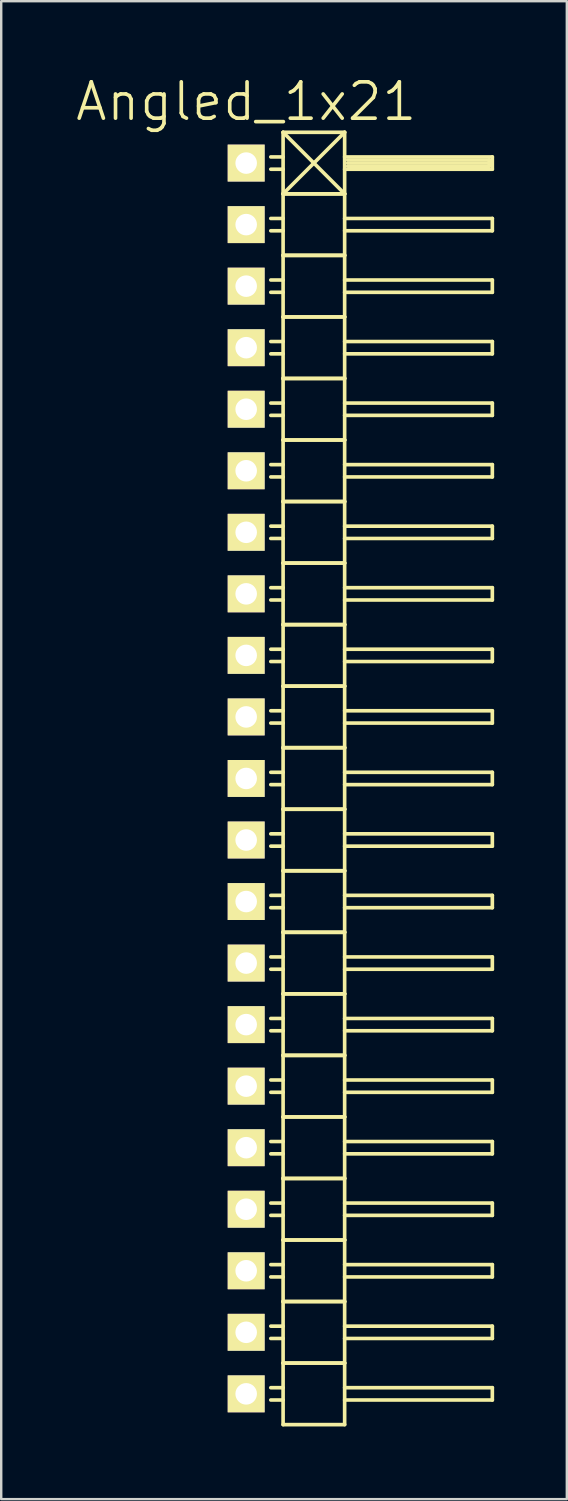
<source format=kicad_pcb>
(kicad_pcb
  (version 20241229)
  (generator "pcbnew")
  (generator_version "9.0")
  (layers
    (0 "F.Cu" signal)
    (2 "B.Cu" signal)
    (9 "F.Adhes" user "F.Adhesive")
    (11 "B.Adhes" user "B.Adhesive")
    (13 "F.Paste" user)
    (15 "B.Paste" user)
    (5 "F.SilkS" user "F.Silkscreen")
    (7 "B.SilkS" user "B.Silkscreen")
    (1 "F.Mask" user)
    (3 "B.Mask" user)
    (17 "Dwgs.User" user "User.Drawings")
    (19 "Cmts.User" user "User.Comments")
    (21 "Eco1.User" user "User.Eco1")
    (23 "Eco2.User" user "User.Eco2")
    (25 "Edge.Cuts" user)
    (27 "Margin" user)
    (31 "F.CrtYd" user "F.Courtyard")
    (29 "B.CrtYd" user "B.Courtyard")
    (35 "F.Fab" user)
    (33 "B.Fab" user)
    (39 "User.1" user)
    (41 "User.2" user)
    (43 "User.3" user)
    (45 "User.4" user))
  (footprint "Angled_1x21"
    (layer "F.Cu")
    (at 7.111 29.081)
    (property "Reference" "Angled_1x21" (at 0 -27.94 0) (layer "F.SilkS") (effects (font (size 1.5 1.5) (thickness 0.15))))
    (attr through_hole)
    (fp_line (start 1.524 -26.67) (end 1.524 -24.13) (stroke (width 0.15) (type solid)) (layer "F.SilkS"))
    (fp_line (start 1.524 -26.67) (end 4.064 -26.67) (stroke (width 0.15) (type solid)) (layer "F.SilkS"))
    (fp_line (start 1.524 -25.654) (end 1.016 -25.654) (stroke (width 0.15) (type solid)) (layer "F.SilkS"))
    (fp_line (start 1.524 -25.146) (end 1.016 -25.146) (stroke (width 0.15) (type solid)) (layer "F.SilkS"))
    (fp_line (start 1.524 -24.13) (end 1.524 -21.59) (stroke (width 0.15) (type solid)) (layer "F.SilkS"))
    (fp_line (start 1.524 -24.13) (end 4.064 -24.13) (stroke (width 0.15) (type solid)) (layer "F.SilkS"))
    (fp_line (start 1.524 -24.13) (end 4.064 -24.13) (stroke (width 0.15) (type solid)) (layer "F.SilkS"))
    (fp_line (start 1.524 -23.114) (end 1.016 -23.114) (stroke (width 0.15) (type solid)) (layer "F.SilkS"))
    (fp_line (start 1.524 -22.606) (end 1.016 -22.606) (stroke (width 0.15) (type solid)) (layer "F.SilkS"))
    (fp_line (start 1.524 -21.59) (end 1.524 -19.05) (stroke (width 0.15) (type solid)) (layer "F.SilkS"))
    (fp_line (start 1.524 -21.59) (end 4.064 -21.59) (stroke (width 0.15) (type solid)) (layer "F.SilkS"))
    (fp_line (start 1.524 -21.59) (end 4.064 -21.59) (stroke (width 0.15) (type solid)) (layer "F.SilkS"))
    (fp_line (start 1.524 -20.574) (end 1.016 -20.574) (stroke (width 0.15) (type solid)) (layer "F.SilkS"))
    (fp_line (start 1.524 -20.066) (end 1.016 -20.066) (stroke (width 0.15) (type solid)) (layer "F.SilkS"))
    (fp_line (start 1.524 -19.05) (end 1.524 -16.51) (stroke (width 0.15) (type solid)) (layer "F.SilkS"))
    (fp_line (start 1.524 -19.05) (end 4.064 -19.05) (stroke (width 0.15) (type solid)) (layer "F.SilkS"))
    (fp_line (start 1.524 -19.05) (end 4.064 -19.05) (stroke (width 0.15) (type solid)) (layer "F.SilkS"))
    (fp_line (start 1.524 -18.034) (end 1.016 -18.034) (stroke (width 0.15) (type solid)) (layer "F.SilkS"))
    (fp_line (start 1.524 -17.526) (end 1.016 -17.526) (stroke (width 0.15) (type solid)) (layer "F.SilkS"))
    (fp_line (start 1.524 -16.51) (end 1.524 -13.97) (stroke (width 0.15) (type solid)) (layer "F.SilkS"))
    (fp_line (start 1.524 -16.51) (end 4.064 -16.51) (stroke (width 0.15) (type solid)) (layer "F.SilkS"))
    (fp_line (start 1.524 -16.51) (end 4.064 -16.51) (stroke (width 0.15) (type solid)) (layer "F.SilkS"))
    (fp_line (start 1.524 -15.494) (end 1.016 -15.494) (stroke (width 0.15) (type solid)) (layer "F.SilkS"))
    (fp_line (start 1.524 -14.986) (end 1.016 -14.986) (stroke (width 0.15) (type solid)) (layer "F.SilkS"))
    (fp_line (start 1.524 -13.97) (end 1.524 -11.43) (stroke (width 0.15) (type solid)) (layer "F.SilkS"))
    (fp_line (start 1.524 -13.97) (end 4.064 -13.97) (stroke (width 0.15) (type solid)) (layer "F.SilkS"))
    (fp_line (start 1.524 -13.97) (end 4.064 -13.97) (stroke (width 0.15) (type solid)) (layer "F.SilkS"))
    (fp_line (start 1.524 -12.954) (end 1.016 -12.954) (stroke (width 0.15) (type solid)) (layer "F.SilkS"))
    (fp_line (start 1.524 -12.446) (end 1.016 -12.446) (stroke (width 0.15) (type solid)) (layer "F.SilkS"))
    (fp_line (start 1.524 -11.43) (end 1.524 -8.89) (stroke (width 0.15) (type solid)) (layer "F.SilkS"))
    (fp_line (start 1.524 -11.43) (end 4.064 -11.43) (stroke (width 0.15) (type solid)) (layer "F.SilkS"))
    (fp_line (start 1.524 -11.43) (end 4.064 -11.43) (stroke (width 0.15) (type solid)) (layer "F.SilkS"))
    (fp_line (start 1.524 -10.414) (end 1.016 -10.414) (stroke (width 0.15) (type solid)) (layer "F.SilkS"))
    (fp_line (start 1.524 -9.906) (end 1.016 -9.906) (stroke (width 0.15) (type solid)) (layer "F.SilkS"))
    (fp_line (start 1.524 -8.89) (end 1.524 -6.35) (stroke (width 0.15) (type solid)) (layer "F.SilkS"))
    (fp_line (start 1.524 -8.89) (end 4.064 -8.89) (stroke (width 0.15) (type solid)) (layer "F.SilkS"))
    (fp_line (start 1.524 -8.89) (end 4.064 -8.89) (stroke (width 0.15) (type solid)) (layer "F.SilkS"))
    (fp_line (start 1.524 -7.874) (end 1.016 -7.874) (stroke (width 0.15) (type solid)) (layer "F.SilkS"))
    (fp_line (start 1.524 -7.366) (end 1.016 -7.366) (stroke (width 0.15) (type solid)) (layer "F.SilkS"))
    (fp_line (start 1.524 -6.35) (end 1.524 -3.81) (stroke (width 0.15) (type solid)) (layer "F.SilkS"))
    (fp_line (start 1.524 -6.35) (end 4.064 -6.35) (stroke (width 0.15) (type solid)) (layer "F.SilkS"))
    (fp_line (start 1.524 -6.35) (end 4.064 -6.35) (stroke (width 0.15) (type solid)) (layer "F.SilkS"))
    (fp_line (start 1.524 -5.334) (end 1.016 -5.334) (stroke (width 0.15) (type solid)) (layer "F.SilkS"))
    (fp_line (start 1.524 -4.826) (end 1.016 -4.826) (stroke (width 0.15) (type solid)) (layer "F.SilkS"))
    (fp_line (start 1.524 -3.81) (end 1.524 -1.27) (stroke (width 0.15) (type solid)) (layer "F.SilkS"))
    (fp_line (start 1.524 -3.81) (end 4.064 -3.81) (stroke (width 0.15) (type solid)) (layer "F.SilkS"))
    (fp_line (start 1.524 -3.81) (end 4.064 -3.81) (stroke (width 0.15) (type solid)) (layer "F.SilkS"))
    (fp_line (start 1.524 -2.794) (end 1.016 -2.794) (stroke (width 0.15) (type solid)) (layer "F.SilkS"))
    (fp_line (start 1.524 -2.286) (end 1.016 -2.286) (stroke (width 0.15) (type solid)) (layer "F.SilkS"))
    (fp_line (start 1.524 -1.27) (end 1.524 1.27) (stroke (width 0.15) (type solid)) (layer "F.SilkS"))
    (fp_line (start 1.524 -1.27) (end 4.064 -1.27) (stroke (width 0.15) (type solid)) (layer "F.SilkS"))
    (fp_line (start 1.524 -1.27) (end 4.064 -1.27) (stroke (width 0.15) (type solid)) (layer "F.SilkS"))
    (fp_line (start 1.524 -0.254) (end 1.016 -0.254) (stroke (width 0.15) (type solid)) (layer "F.SilkS"))
    (fp_line (start 1.524 0.254) (end 1.016 0.254) (stroke (width 0.15) (type solid)) (layer "F.SilkS"))
    (fp_line (start 1.524 1.27) (end 1.524 3.81) (stroke (width 0.15) (type solid)) (layer "F.SilkS"))
    (fp_line (start 1.524 1.27) (end 4.064 1.27) (stroke (width 0.15) (type solid)) (layer "F.SilkS"))
    (fp_line (start 1.524 1.27) (end 4.064 1.27) (stroke (width 0.15) (type solid)) (layer "F.SilkS"))
    (fp_line (start 1.524 2.286) (end 1.016 2.286) (stroke (width 0.15) (type solid)) (layer "F.SilkS"))
    (fp_line (start 1.524 2.794) (end 1.016 2.794) (stroke (width 0.15) (type solid)) (layer "F.SilkS"))
    (fp_line (start 1.524 3.81) (end 1.524 6.35) (stroke (width 0.15) (type solid)) (layer "F.SilkS"))
    (fp_line (start 1.524 3.81) (end 4.064 3.81) (stroke (width 0.15) (type solid)) (layer "F.SilkS"))
    (fp_line (start 1.524 3.81) (end 4.064 3.81) (stroke (width 0.15) (type solid)) (layer "F.SilkS"))
    (fp_line (start 1.524 4.826) (end 1.016 4.826) (stroke (width 0.15) (type solid)) (layer "F.SilkS"))
    (fp_line (start 1.524 5.334) (end 1.016 5.334) (stroke (width 0.15) (type solid)) (layer "F.SilkS"))
    (fp_line (start 1.524 6.35) (end 1.524 8.89) (stroke (width 0.15) (type solid)) (layer "F.SilkS"))
    (fp_line (start 1.524 6.35) (end 4.064 6.35) (stroke (width 0.15) (type solid)) (layer "F.SilkS"))
    (fp_line (start 1.524 6.35) (end 4.064 6.35) (stroke (width 0.15) (type solid)) (layer "F.SilkS"))
    (fp_line (start 1.524 7.366) (end 1.016 7.366) (stroke (width 0.15) (type solid)) (layer "F.SilkS"))
    (fp_line (start 1.524 7.874) (end 1.016 7.874) (stroke (width 0.15) (type solid)) (layer "F.SilkS"))
    (fp_line (start 1.524 8.89) (end 1.524 11.43) (stroke (width 0.15) (type solid)) (layer "F.SilkS"))
    (fp_line (start 1.524 8.89) (end 4.064 8.89) (stroke (width 0.15) (type solid)) (layer "F.SilkS"))
    (fp_line (start 1.524 8.89) (end 4.064 8.89) (stroke (width 0.15) (type solid)) (layer "F.SilkS"))
    (fp_line (start 1.524 9.906) (end 1.016 9.906) (stroke (width 0.15) (type solid)) (layer "F.SilkS"))
    (fp_line (start 1.524 10.414) (end 1.016 10.414) (stroke (width 0.15) (type solid)) (layer "F.SilkS"))
    (fp_line (start 1.524 11.43) (end 1.524 13.97) (stroke (width 0.15) (type solid)) (layer "F.SilkS"))
    (fp_line (start 1.524 11.43) (end 4.064 11.43) (stroke (width 0.15) (type solid)) (layer "F.SilkS"))
    (fp_line (start 1.524 11.43) (end 4.064 11.43) (stroke (width 0.15) (type solid)) (layer "F.SilkS"))
    (fp_line (start 1.524 12.446) (end 1.016 12.446) (stroke (width 0.15) (type solid)) (layer "F.SilkS"))
    (fp_line (start 1.524 12.954) (end 1.016 12.954) (stroke (width 0.15) (type solid)) (layer "F.SilkS"))
    (fp_line (start 1.524 13.97) (end 1.524 16.51) (stroke (width 0.15) (type solid)) (layer "F.SilkS"))
    (fp_line (start 1.524 13.97) (end 4.064 13.97) (stroke (width 0.15) (type solid)) (layer "F.SilkS"))
    (fp_line (start 1.524 13.97) (end 4.064 13.97) (stroke (width 0.15) (type solid)) (layer "F.SilkS"))
    (fp_line (start 1.524 14.986) (end 1.016 14.986) (stroke (width 0.15) (type solid)) (layer "F.SilkS"))
    (fp_line (start 1.524 15.494) (end 1.016 15.494) (stroke (width 0.15) (type solid)) (layer "F.SilkS"))
    (fp_line (start 1.524 16.51) (end 1.524 19.05) (stroke (width 0.15) (type solid)) (layer "F.SilkS"))
    (fp_line (start 1.524 16.51) (end 4.064 16.51) (stroke (width 0.15) (type solid)) (layer "F.SilkS"))
    (fp_line (start 1.524 16.51) (end 4.064 16.51) (stroke (width 0.15) (type solid)) (layer "F.SilkS"))
    (fp_line (start 1.524 17.526) (end 1.016 17.526) (stroke (width 0.15) (type solid)) (layer "F.SilkS"))
    (fp_line (start 1.524 18.034) (end 1.016 18.034) (stroke (width 0.15) (type solid)) (layer "F.SilkS"))
    (fp_line (start 1.524 19.05) (end 1.524 21.59) (stroke (width 0.15) (type solid)) (layer "F.SilkS"))
    (fp_line (start 1.524 19.05) (end 4.064 19.05) (stroke (width 0.15) (type solid)) (layer "F.SilkS"))
    (fp_line (start 1.524 19.05) (end 4.064 19.05) (stroke (width 0.15) (type solid)) (layer "F.SilkS"))
    (fp_line (start 1.524 20.066) (end 1.016 20.066) (stroke (width 0.15) (type solid)) (layer "F.SilkS"))
    (fp_line (start 1.524 20.574) (end 1.016 20.574) (stroke (width 0.15) (type solid)) (layer "F.SilkS"))
    (fp_line (start 1.524 21.59) (end 1.524 24.13) (stroke (width 0.15) (type solid)) (layer "F.SilkS"))
    (fp_line (start 1.524 21.59) (end 4.064 21.59) (stroke (width 0.15) (type solid)) (layer "F.SilkS"))
    (fp_line (start 1.524 21.59) (end 4.064 21.59) (stroke (width 0.15) (type solid)) (layer "F.SilkS"))
    (fp_line (start 1.524 22.606) (end 1.016 22.606) (stroke (width 0.15) (type solid)) (layer "F.SilkS"))
    (fp_line (start 1.524 23.114) (end 1.016 23.114) (stroke (width 0.15) (type solid)) (layer "F.SilkS"))
    (fp_line (start 1.524 24.13) (end 1.524 26.67) (stroke (width 0.15) (type solid)) (layer "F.SilkS"))
    (fp_line (start 1.524 24.13) (end 4.064 24.13) (stroke (width 0.15) (type solid)) (layer "F.SilkS"))
    (fp_line (start 1.524 24.13) (end 4.064 24.13) (stroke (width 0.15) (type solid)) (layer "F.SilkS"))
    (fp_line (start 1.524 25.146) (end 1.016 25.146) (stroke (width 0.15) (type solid)) (layer "F.SilkS"))
    (fp_line (start 1.524 25.654) (end 1.016 25.654) (stroke (width 0.15) (type solid)) (layer "F.SilkS"))
    (fp_line (start 1.524 26.67) (end 4.064 26.67) (stroke (width 0.15) (type solid)) (layer "F.SilkS"))
    (fp_line (start 4.064 -26.67) (end 1.524 -24.13) (stroke (width 0.15) (type solid)) (layer "F.SilkS"))
    (fp_line (start 4.064 -25.654) (end 10.16 -25.654) (stroke (width 0.15) (type solid)) (layer "F.SilkS"))
    (fp_line (start 4.064 -24.13) (end 1.524 -26.67) (stroke (width 0.15) (type solid)) (layer "F.SilkS"))
    (fp_line (start 4.064 -24.13) (end 4.064 -26.67) (stroke (width 0.15) (type solid)) (layer "F.SilkS"))
    (fp_line (start 4.064 -23.114) (end 10.16 -23.114) (stroke (width 0.15) (type solid)) (layer "F.SilkS"))
    (fp_line (start 4.064 -21.59) (end 4.064 -24.13) (stroke (width 0.15) (type solid)) (layer "F.SilkS"))
    (fp_line (start 4.064 -20.574) (end 10.16 -20.574) (stroke (width 0.15) (type solid)) (layer "F.SilkS"))
    (fp_line (start 4.064 -19.05) (end 4.064 -21.59) (stroke (width 0.15) (type solid)) (layer "F.SilkS"))
    (fp_line (start 4.064 -18.034) (end 10.16 -18.034) (stroke (width 0.15) (type solid)) (layer "F.SilkS"))
    (fp_line (start 4.064 -16.51) (end 4.064 -19.05) (stroke (width 0.15) (type solid)) (layer "F.SilkS"))
    (fp_line (start 4.064 -15.494) (end 10.16 -15.494) (stroke (width 0.15) (type solid)) (layer "F.SilkS"))
    (fp_line (start 4.064 -13.97) (end 4.064 -16.51) (stroke (width 0.15) (type solid)) (layer "F.SilkS"))
    (fp_line (start 4.064 -12.954) (end 10.16 -12.954) (stroke (width 0.15) (type solid)) (layer "F.SilkS"))
    (fp_line (start 4.064 -11.43) (end 4.064 -13.97) (stroke (width 0.15) (type solid)) (layer "F.SilkS"))
    (fp_line (start 4.064 -10.414) (end 10.16 -10.414) (stroke (width 0.15) (type solid)) (layer "F.SilkS"))
    (fp_line (start 4.064 -8.89) (end 4.064 -11.43) (stroke (width 0.15) (type solid)) (layer "F.SilkS"))
    (fp_line (start 4.064 -7.874) (end 10.16 -7.874) (stroke (width 0.15) (type solid)) (layer "F.SilkS"))
    (fp_line (start 4.064 -6.35) (end 4.064 -8.89) (stroke (width 0.15) (type solid)) (layer "F.SilkS"))
    (fp_line (start 4.064 -5.334) (end 10.16 -5.334) (stroke (width 0.15) (type solid)) (layer "F.SilkS"))
    (fp_line (start 4.064 -3.81) (end 4.064 -6.35) (stroke (width 0.15) (type solid)) (layer "F.SilkS"))
    (fp_line (start 4.064 -2.794) (end 10.16 -2.794) (stroke (width 0.15) (type solid)) (layer "F.SilkS"))
    (fp_line (start 4.064 -1.27) (end 4.064 -3.81) (stroke (width 0.15) (type solid)) (layer "F.SilkS"))
    (fp_line (start 4.064 -0.254) (end 10.16 -0.254) (stroke (width 0.15) (type solid)) (layer "F.SilkS"))
    (fp_line (start 4.064 1.27) (end 4.064 -1.27) (stroke (width 0.15) (type solid)) (layer "F.SilkS"))
    (fp_line (start 4.064 2.286) (end 10.16 2.286) (stroke (width 0.15) (type solid)) (layer "F.SilkS"))
    (fp_line (start 4.064 3.81) (end 4.064 1.27) (stroke (width 0.15) (type solid)) (layer "F.SilkS"))
    (fp_line (start 4.064 4.826) (end 10.16 4.826) (stroke (width 0.15) (type solid)) (layer "F.SilkS"))
    (fp_line (start 4.064 6.35) (end 4.064 3.81) (stroke (width 0.15) (type solid)) (layer "F.SilkS"))
    (fp_line (start 4.064 7.366) (end 10.16 7.366) (stroke (width 0.15) (type solid)) (layer "F.SilkS"))
    (fp_line (start 4.064 8.89) (end 4.064 6.35) (stroke (width 0.15) (type solid)) (layer "F.SilkS"))
    (fp_line (start 4.064 9.906) (end 10.16 9.906) (stroke (width 0.15) (type solid)) (layer "F.SilkS"))
    (fp_line (start 4.064 11.43) (end 4.064 8.89) (stroke (width 0.15) (type solid)) (layer "F.SilkS"))
    (fp_line (start 4.064 12.446) (end 10.16 12.446) (stroke (width 0.15) (type solid)) (layer "F.SilkS"))
    (fp_line (start 4.064 13.97) (end 4.064 11.43) (stroke (width 0.15) (type solid)) (layer "F.SilkS"))
    (fp_line (start 4.064 14.986) (end 10.16 14.986) (stroke (width 0.15) (type solid)) (layer "F.SilkS"))
    (fp_line (start 4.064 16.51) (end 4.064 13.97) (stroke (width 0.15) (type solid)) (layer "F.SilkS"))
    (fp_line (start 4.064 17.526) (end 10.16 17.526) (stroke (width 0.15) (type solid)) (layer "F.SilkS"))
    (fp_line (start 4.064 19.05) (end 4.064 16.51) (stroke (width 0.15) (type solid)) (layer "F.SilkS"))
    (fp_line (start 4.064 20.066) (end 10.16 20.066) (stroke (width 0.15) (type solid)) (layer "F.SilkS"))
    (fp_line (start 4.064 21.59) (end 4.064 19.05) (stroke (width 0.15) (type solid)) (layer "F.SilkS"))
    (fp_line (start 4.064 22.606) (end 10.16 22.606) (stroke (width 0.15) (type solid)) (layer "F.SilkS"))
    (fp_line (start 4.064 24.13) (end 4.064 21.59) (stroke (width 0.15) (type solid)) (layer "F.SilkS"))
    (fp_line (start 4.064 25.146) (end 10.16 25.146) (stroke (width 0.15) (type solid)) (layer "F.SilkS"))
    (fp_line (start 4.064 26.67) (end 4.064 24.13) (stroke (width 0.15) (type solid)) (layer "F.SilkS"))
    (fp_line (start 4.191 -25.527) (end 10.033 -25.527) (stroke (width 0.15) (type solid)) (layer "F.SilkS"))
    (fp_line (start 4.191 -25.4) (end 10.033 -25.4) (stroke (width 0.15) (type solid)) (layer "F.SilkS"))
    (fp_line (start 10.033 -25.527) (end 10.033 -25.273) (stroke (width 0.15) (type solid)) (layer "F.SilkS"))
    (fp_line (start 10.033 -25.273) (end 4.191 -25.273) (stroke (width 0.15) (type solid)) (layer "F.SilkS"))
    (fp_line (start 10.16 -25.654) (end 10.16 -25.146) (stroke (width 0.15) (type solid)) (layer "F.SilkS"))
    (fp_line (start 10.16 -25.146) (end 4.064 -25.146) (stroke (width 0.15) (type solid)) (layer "F.SilkS"))
    (fp_line (start 10.16 -23.114) (end 10.16 -22.606) (stroke (width 0.15) (type solid)) (layer "F.SilkS"))
    (fp_line (start 10.16 -22.606) (end 4.064 -22.606) (stroke (width 0.15) (type solid)) (layer "F.SilkS"))
    (fp_line (start 10.16 -20.574) (end 10.16 -20.066) (stroke (width 0.15) (type solid)) (layer "F.SilkS"))
    (fp_line (start 10.16 -20.066) (end 4.064 -20.066) (stroke (width 0.15) (type solid)) (layer "F.SilkS"))
    (fp_line (start 10.16 -18.034) (end 10.16 -17.526) (stroke (width 0.15) (type solid)) (layer "F.SilkS"))
    (fp_line (start 10.16 -17.526) (end 4.064 -17.526) (stroke (width 0.15) (type solid)) (layer "F.SilkS"))
    (fp_line (start 10.16 -15.494) (end 10.16 -14.986) (stroke (width 0.15) (type solid)) (layer "F.SilkS"))
    (fp_line (start 10.16 -14.986) (end 4.064 -14.986) (stroke (width 0.15) (type solid)) (layer "F.SilkS"))
    (fp_line (start 10.16 -12.954) (end 10.16 -12.446) (stroke (width 0.15) (type solid)) (layer "F.SilkS"))
    (fp_line (start 10.16 -12.446) (end 4.064 -12.446) (stroke (width 0.15) (type solid)) (layer "F.SilkS"))
    (fp_line (start 10.16 -10.414) (end 10.16 -9.906) (stroke (width 0.15) (type solid)) (layer "F.SilkS"))
    (fp_line (start 10.16 -9.906) (end 4.064 -9.906) (stroke (width 0.15) (type solid)) (layer "F.SilkS"))
    (fp_line (start 10.16 -7.874) (end 10.16 -7.366) (stroke (width 0.15) (type solid)) (layer "F.SilkS"))
    (fp_line (start 10.16 -7.366) (end 4.064 -7.366) (stroke (width 0.15) (type solid)) (layer "F.SilkS"))
    (fp_line (start 10.16 -5.334) (end 10.16 -4.826) (stroke (width 0.15) (type solid)) (layer "F.SilkS"))
    (fp_line (start 10.16 -4.826) (end 4.064 -4.826) (stroke (width 0.15) (type solid)) (layer "F.SilkS"))
    (fp_line (start 10.16 -2.794) (end 10.16 -2.286) (stroke (width 0.15) (type solid)) (layer "F.SilkS"))
    (fp_line (start 10.16 -2.286) (end 4.064 -2.286) (stroke (width 0.15) (type solid)) (layer "F.SilkS"))
    (fp_line (start 10.16 -0.254) (end 10.16 0.254) (stroke (width 0.15) (type solid)) (layer "F.SilkS"))
    (fp_line (start 10.16 0.254) (end 4.064 0.254) (stroke (width 0.15) (type solid)) (layer "F.SilkS"))
    (fp_line (start 10.16 2.286) (end 10.16 2.794) (stroke (width 0.15) (type solid)) (layer "F.SilkS"))
    (fp_line (start 10.16 2.794) (end 4.064 2.794) (stroke (width 0.15) (type solid)) (layer "F.SilkS"))
    (fp_line (start 10.16 4.826) (end 10.16 5.334) (stroke (width 0.15) (type solid)) (layer "F.SilkS"))
    (fp_line (start 10.16 5.334) (end 4.064 5.334) (stroke (width 0.15) (type solid)) (layer "F.SilkS"))
    (fp_line (start 10.16 7.366) (end 10.16 7.874) (stroke (width 0.15) (type solid)) (layer "F.SilkS"))
    (fp_line (start 10.16 7.874) (end 4.064 7.874) (stroke (width 0.15) (type solid)) (layer "F.SilkS"))
    (fp_line (start 10.16 9.906) (end 10.16 10.414) (stroke (width 0.15) (type solid)) (layer "F.SilkS"))
    (fp_line (start 10.16 10.414) (end 4.064 10.414) (stroke (width 0.15) (type solid)) (layer "F.SilkS"))
    (fp_line (start 10.16 12.446) (end 10.16 12.954) (stroke (width 0.15) (type solid)) (layer "F.SilkS"))
    (fp_line (start 10.16 12.954) (end 4.064 12.954) (stroke (width 0.15) (type solid)) (layer "F.SilkS"))
    (fp_line (start 10.16 14.986) (end 10.16 15.494) (stroke (width 0.15) (type solid)) (layer "F.SilkS"))
    (fp_line (start 10.16 15.494) (end 4.064 15.494) (stroke (width 0.15) (type solid)) (layer "F.SilkS"))
    (fp_line (start 10.16 17.526) (end 10.16 18.034) (stroke (width 0.15) (type solid)) (layer "F.SilkS"))
    (fp_line (start 10.16 18.034) (end 4.064 18.034) (stroke (width 0.15) (type solid)) (layer "F.SilkS"))
    (fp_line (start 10.16 20.066) (end 10.16 20.574) (stroke (width 0.15) (type solid)) (layer "F.SilkS"))
    (fp_line (start 10.16 20.574) (end 4.064 20.574) (stroke (width 0.15) (type solid)) (layer "F.SilkS"))
    (fp_line (start 10.16 22.606) (end 10.16 23.114) (stroke (width 0.15) (type solid)) (layer "F.SilkS"))
    (fp_line (start 10.16 23.114) (end 4.064 23.114) (stroke (width 0.15) (type solid)) (layer "F.SilkS"))
    (fp_line (start 10.16 25.146) (end 10.16 25.654) (stroke (width 0.15) (type solid)) (layer "F.SilkS"))
    (fp_line (start 10.16 25.654) (end 4.064 25.654) (stroke (width 0.15) (type solid)) (layer "F.SilkS"))
    (pad "1" thru_hole rect (at 0 -25.4) (size 1.524 1.524) (drill 0.889) (layers "*.Cu" "*.Mask" "F.SilkS"))
    (pad "2" thru_hole rect (at 0 -22.86) (size 1.524 1.524) (drill 0.889) (layers "*.Cu" "*.Mask" "F.SilkS"))
    (pad "3" thru_hole rect (at 0 -20.32) (size 1.524 1.524) (drill 0.889) (layers "*.Cu" "*.Mask" "F.SilkS"))
    (pad "4" thru_hole rect (at 0 -17.78) (size 1.524 1.524) (drill 0.889) (layers "*.Cu" "*.Mask" "F.SilkS"))
    (pad "5" thru_hole rect (at 0 -15.24) (size 1.524 1.524) (drill 0.889) (layers "*.Cu" "*.Mask" "F.SilkS"))
    (pad "6" thru_hole rect (at 0 -12.7) (size 1.524 1.524) (drill 0.889) (layers "*.Cu" "*.Mask" "F.SilkS"))
    (pad "7" thru_hole rect (at 0 -10.16) (size 1.524 1.524) (drill 0.889) (layers "*.Cu" "*.Mask" "F.SilkS"))
    (pad "8" thru_hole rect (at 0 -7.62) (size 1.524 1.524) (drill 0.889) (layers "*.Cu" "*.Mask" "F.SilkS"))
    (pad "9" thru_hole rect (at 0 -5.08) (size 1.524 1.524) (drill 0.889) (layers "*.Cu" "*.Mask" "F.SilkS"))
    (pad "10" thru_hole rect (at 0 -2.54) (size 1.524 1.524) (drill 0.889) (layers "*.Cu" "*.Mask" "F.SilkS"))
    (pad "11" thru_hole rect (at 0 0) (size 1.524 1.524) (drill 0.889) (layers "*.Cu" "*.Mask" "F.SilkS"))
    (pad "12" thru_hole rect (at 0 2.54) (size 1.524 1.524) (drill 0.889) (layers "*.Cu" "*.Mask" "F.SilkS"))
    (pad "13" thru_hole rect (at 0 5.08) (size 1.524 1.524) (drill 0.889) (layers "*.Cu" "*.Mask" "F.SilkS"))
    (pad "14" thru_hole rect (at 0 7.62) (size 1.524 1.524) (drill 0.889) (layers "*.Cu" "*.Mask" "F.SilkS"))
    (pad "15" thru_hole rect (at 0 10.16) (size 1.524 1.524) (drill 0.889) (layers "*.Cu" "*.Mask" "F.SilkS"))
    (pad "16" thru_hole rect (at 0 12.7) (size 1.524 1.524) (drill 0.889) (layers "*.Cu" "*.Mask" "F.SilkS"))
    (pad "17" thru_hole rect (at 0 15.24) (size 1.524 1.524) (drill 0.889) (layers "*.Cu" "*.Mask" "F.SilkS"))
    (pad "18" thru_hole rect (at 0 17.78) (size 1.524 1.524) (drill 0.889) (layers "*.Cu" "*.Mask" "F.SilkS"))
    (pad "19" thru_hole rect (at 0 20.32) (size 1.524 1.524) (drill 0.889) (layers "*.Cu" "*.Mask" "F.SilkS"))
    (pad "20" thru_hole rect (at 0 22.86) (size 1.524 1.524) (drill 0.889) (layers "*.Cu" "*.Mask" "F.SilkS"))
    (pad "21" thru_hole rect (at 0 25.4) (size 1.524 1.524) (drill 0.889) (layers "*.Cu" "*.Mask" "F.SilkS")))
  (gr_rect
    (start -3 -3)
    (end 20.346 58.826)
    (stroke (width 0.1) (type default))
    (fill no)
    (layer "Edge.Cuts")))
</source>
